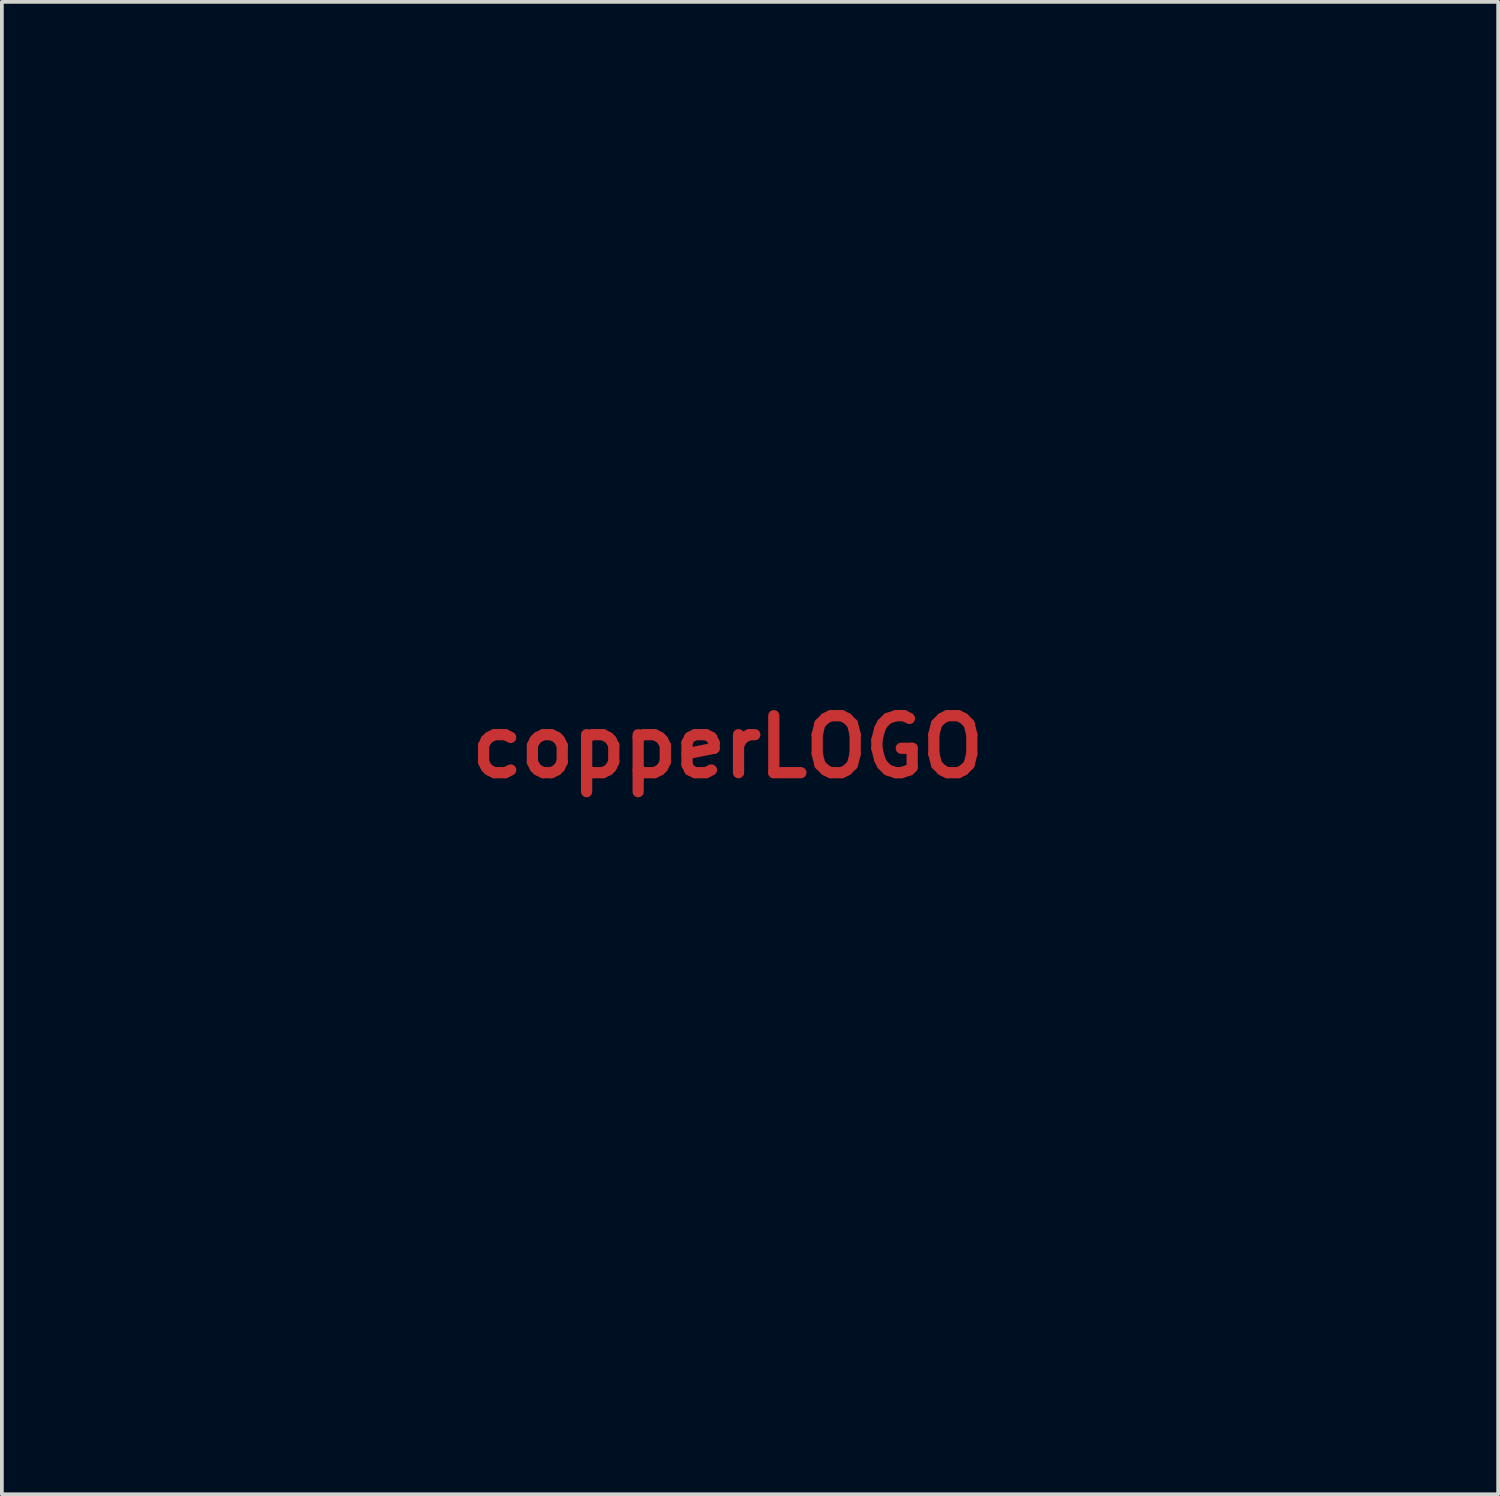
<source format=kicad_pcb>
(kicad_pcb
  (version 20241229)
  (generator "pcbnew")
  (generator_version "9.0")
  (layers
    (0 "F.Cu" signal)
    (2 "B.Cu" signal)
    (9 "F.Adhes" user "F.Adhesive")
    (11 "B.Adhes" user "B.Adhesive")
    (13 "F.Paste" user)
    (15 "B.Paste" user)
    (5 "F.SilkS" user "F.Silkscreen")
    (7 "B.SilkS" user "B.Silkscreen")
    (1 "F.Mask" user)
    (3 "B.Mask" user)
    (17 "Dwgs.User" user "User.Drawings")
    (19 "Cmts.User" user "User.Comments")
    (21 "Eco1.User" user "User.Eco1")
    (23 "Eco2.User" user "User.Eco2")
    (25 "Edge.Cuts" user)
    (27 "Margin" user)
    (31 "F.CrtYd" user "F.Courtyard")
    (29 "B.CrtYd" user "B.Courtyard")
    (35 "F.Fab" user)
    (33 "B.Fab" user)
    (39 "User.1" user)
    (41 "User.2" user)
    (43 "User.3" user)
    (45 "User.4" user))
  (footprint "copperLOGO"
    (layer "F.Cu")
    (at 16.419 16.933)
    (property "Reference" "copperLOGO" (at 0 0 0) (layer "F.Cu") (effects (font (size 1.524 1.524) (thickness 0.3))))
    (attr through_hole)
    (fp_poly (pts (xy -12.578 4.315) (xy -12.534 4.397) (xy -12.531 4.443) (xy -12.606 4.507) (xy -12.806 4.606) (xy -13.094 4.727) (xy -13.433 4.856) (xy -13.787 4.981) (xy -14.117 5.087) (xy -14.386 5.162) (xy -14.559 5.192) (xy -14.599 5.185) (xy -14.642 5.067) (xy -14.647 5) (xy -14.595 4.919) (xy -14.428 4.822) (xy -14.129 4.7) (xy -13.682 4.545) (xy -13.674 4.543) (xy -13.219 4.398) (xy -12.899 4.313) (xy -12.693 4.286) (xy -12.578 4.315)) (stroke (width 0.01) (type solid)) (fill yes) (layer "F.Mask"))
    (fp_poly (pts (xy -7.686 11.149) (xy -7.639 11.197) (xy -7.63 11.289) (xy -7.705 11.461) (xy -7.872 11.729) (xy -8.14 12.107) (xy -8.414 12.481) (xy -8.606 12.737) (xy -8.735 12.895) (xy -8.821 12.972) (xy -8.884 12.987) (xy -8.942 12.958) (xy -8.994 12.919) (xy -9.047 12.863) (xy -9.053 12.785) (xy -8.999 12.661) (xy -8.875 12.466) (xy -8.666 12.177) (xy -8.498 11.951) (xy -8.251 11.626) (xy -8.037 11.358) (xy -7.877 11.171) (xy -7.794 11.092) (xy -7.791 11.091) (xy -7.686 11.149)) (stroke (width 0.01) (type solid)) (fill yes) (layer "F.Mask"))
    (fp_poly (pts (xy 10.096 -12.76) (xy 10.109 -12.695) (xy 10.06 -12.586) (xy 9.933 -12.382) (xy 9.755 -12.116) (xy 9.547 -11.82) (xy 9.334 -11.528) (xy 9.14 -11.274) (xy 8.989 -11.089) (xy 8.904 -11.009) (xy 8.899 -11.008) (xy 8.79 -11.049) (xy 8.732 -11.083) (xy 8.68 -11.12) (xy 8.66 -11.167) (xy 8.684 -11.248) (xy 8.764 -11.384) (xy 8.912 -11.598) (xy 9.141 -11.914) (xy 9.305 -12.138) (xy 9.596 -12.514) (xy 9.815 -12.753) (xy 9.957 -12.848) (xy 9.982 -12.849) (xy 10.096 -12.76)) (stroke (width 0.01) (type solid)) (fill yes) (layer "F.Mask"))
    (fp_poly (pts (xy 14.683 1.79) (xy 14.952 1.82) (xy 15.285 1.864) (xy 15.642 1.915) (xy 15.981 1.967) (xy 16.262 2.014) (xy 16.442 2.05) (xy 16.486 2.065) (xy 16.484 2.156) (xy 16.461 2.232) (xy 16.331 2.341) (xy 16.067 2.35) (xy 15.917 2.323) (xy 15.779 2.3) (xy 15.52 2.262) (xy 15.187 2.216) (xy 15.05 2.197) (xy 14.69 2.145) (xy 14.468 2.097) (xy 14.352 2.042) (xy 14.311 1.97) (xy 14.309 1.939) (xy 14.363 1.811) (xy 14.521 1.778) (xy 14.683 1.79)) (stroke (width 0.01) (type solid)) (fill yes) (layer "F.Mask"))
    (fp_poly (pts (xy 15.736 -5.095) (xy 15.771 -4.999) (xy 15.772 -4.922) (xy 15.714 -4.851) (xy 15.571 -4.773) (xy 15.319 -4.674) (xy 14.933 -4.542) (xy 14.871 -4.521) (xy 14.492 -4.395) (xy 14.168 -4.287) (xy 13.936 -4.209) (xy 13.833 -4.174) (xy 13.741 -4.215) (xy 13.691 -4.318) (xy 13.693 -4.476) (xy 13.744 -4.535) (xy 13.944 -4.605) (xy 14.232 -4.703) (xy 14.57 -4.816) (xy 14.92 -4.931) (xy 15.241 -5.035) (xy 15.497 -5.115) (xy 15.647 -5.16) (xy 15.67 -5.165) (xy 15.736 -5.095)) (stroke (width 0.01) (type solid)) (fill yes) (layer "F.Mask"))
    (fp_poly (pts (xy -15.13 -2.331) (xy -14.921 -2.303) (xy -14.623 -2.261) (xy -14.275 -2.21) (xy -13.916 -2.158) (xy -13.586 -2.108) (xy -13.323 -2.068) (xy -13.168 -2.043) (xy -13.145 -2.038) (xy -13.127 -1.961) (xy -13.123 -1.863) (xy -13.131 -1.784) (xy -13.169 -1.733) (xy -13.263 -1.711) (xy -13.437 -1.716) (xy -13.717 -1.749) (xy -14.127 -1.81) (xy -14.393 -1.851) (xy -14.789 -1.916) (xy -15.045 -1.968) (xy -15.189 -2.017) (xy -15.249 -2.075) (xy -15.254 -2.15) (xy -15.253 -2.159) (xy -15.224 -2.302) (xy -15.211 -2.339) (xy -15.13 -2.331)) (stroke (width 0.01) (type solid)) (fill yes) (layer "F.Mask"))
    (fp_poly (pts (xy -12.818 -3.431) (xy -12.815 -3.323) (xy -12.861 -3.136) (xy -12.912 -2.9) (xy -12.965 -2.716) (xy -13.019 -2.634) (xy -13.024 -2.634) (xy -13.124 -2.655) (xy -13.355 -2.708) (xy -13.681 -2.784) (xy -14.055 -2.873) (xy -14.475 -2.975) (xy -14.757 -3.056) (xy -14.929 -3.125) (xy -15.019 -3.195) (xy -15.054 -3.277) (xy -15.055 -3.287) (xy -15.068 -3.376) (xy -15.056 -3.432) (xy -14.993 -3.453) (xy -14.854 -3.44) (xy -14.61 -3.391) (xy -14.236 -3.307) (xy -14.082 -3.272) (xy -13.219 -3.075) (xy -13.17 -3.273) (xy -13.063 -3.439) (xy -12.947 -3.471) (xy -12.818 -3.431)) (stroke (width 0.01) (type solid)) (fill yes) (layer "F.Mask"))
    (fp_poly (pts (xy -14.533 -4.782) (xy -14.299 -4.732) (xy -13.983 -4.643) (xy -13.746 -4.568) (xy -13.365 -4.446) (xy -13.112 -4.379) (xy -12.96 -4.363) (xy -12.879 -4.392) (xy -12.861 -4.414) (xy -12.794 -4.575) (xy -12.786 -4.628) (xy -12.718 -4.689) (xy -12.615 -4.681) (xy -12.502 -4.646) (xy -12.458 -4.589) (xy -12.475 -4.462) (xy -12.544 -4.222) (xy -12.601 -4.061) (xy -12.674 -3.959) (xy -12.791 -3.916) (xy -12.978 -3.931) (xy -13.26 -4.005) (xy -13.665 -4.137) (xy -13.864 -4.205) (xy -14.304 -4.367) (xy -14.587 -4.502) (xy -14.723 -4.618) (xy -14.721 -4.72) (xy -14.645 -4.785) (xy -14.533 -4.782)) (stroke (width 0.01) (type solid)) (fill yes) (layer "F.Mask"))
    (fp_poly (pts (xy 14.041 3.936) (xy 14.176 3.982) (xy 14.432 4.064) (xy 14.77 4.169) (xy 15.048 4.255) (xy 15.456 4.387) (xy 15.721 4.49) (xy 15.867 4.578) (xy 15.917 4.659) (xy 15.917 4.669) (xy 15.886 4.813) (xy 15.854 4.85) (xy 15.752 4.84) (xy 15.525 4.786) (xy 15.209 4.697) (xy 14.922 4.609) (xy 14.539 4.49) (xy 14.289 4.421) (xy 14.143 4.397) (xy 14.075 4.416) (xy 14.055 4.473) (xy 14.055 4.491) (xy 13.994 4.671) (xy 13.839 4.729) (xy 13.758 4.711) (xy 13.694 4.659) (xy 13.691 4.548) (xy 13.752 4.334) (xy 13.772 4.274) (xy 13.87 4.034) (xy 13.96 3.934) (xy 14.041 3.936)) (stroke (width 0.01) (type solid)) (fill yes) (layer "F.Mask"))
    (fp_poly (pts (xy 14.259 2.741) (xy 14.481 2.777) (xy 14.805 2.838) (xy 15.197 2.918) (xy 15.259 2.931) (xy 15.697 3.026) (xy 15.994 3.1) (xy 16.174 3.161) (xy 16.262 3.218) (xy 16.283 3.281) (xy 16.278 3.313) (xy 16.241 3.401) (xy 16.168 3.449) (xy 16.029 3.456) (xy 15.797 3.423) (xy 15.442 3.348) (xy 15.24 3.302) (xy 14.863 3.215) (xy 14.62 3.165) (xy 14.481 3.151) (xy 14.414 3.175) (xy 14.39 3.236) (xy 14.378 3.322) (xy 14.293 3.486) (xy 14.19 3.543) (xy 14.096 3.544) (xy 14.059 3.476) (xy 14.068 3.297) (xy 14.085 3.169) (xy 14.123 2.927) (xy 14.157 2.768) (xy 14.169 2.736) (xy 14.259 2.741)) (stroke (width 0.01) (type solid)) (fill yes) (layer "F.Mask"))
    (fp_poly (pts (xy 7.913 11.882) (xy 8.003 11.971) (xy 8.168 12.206) (xy 8.409 12.588) (xy 8.726 13.118) (xy 8.838 13.309) (xy 9.07 13.707) (xy 8.729 13.881) (xy 8.489 14) (xy 8.355 14.043) (xy 8.285 14.012) (xy 8.237 13.912) (xy 8.237 13.912) (xy 8.227 13.779) (xy 8.261 13.741) (xy 8.461 13.643) (xy 8.508 13.522) (xy 8.425 13.347) (xy 8.298 13.199) (xy 8.177 13.186) (xy 8.128 13.208) (xy 7.972 13.233) (xy 7.854 13.166) (xy 7.813 13.055) (xy 7.891 12.946) (xy 7.899 12.942) (xy 8.008 12.857) (xy 8.029 12.748) (xy 7.958 12.573) (xy 7.824 12.348) (xy 7.697 12.127) (xy 7.666 11.998) (xy 7.718 11.928) (xy 7.865 11.878) (xy 7.913 11.882)) (stroke (width 0.01) (type solid)) (fill yes) (layer "F.Mask"))
    (fp_poly (pts (xy -7.029 -13.929) (xy -6.947 -13.804) (xy -7.014 -13.651) (xy -7.087 -13.586) (xy -7.182 -13.483) (xy -7.167 -13.345) (xy -7.131 -13.258) (xy -7.025 -13.1) (xy -6.88 -13.075) (xy -6.826 -13.086) (xy -6.636 -13.087) (xy -6.546 -13.002) (xy -6.585 -12.873) (xy -6.648 -12.816) (xy -6.73 -12.742) (xy -6.747 -12.655) (xy -6.692 -12.509) (xy -6.573 -12.283) (xy -6.447 -12.043) (xy -6.398 -11.907) (xy -6.421 -11.832) (xy -6.507 -11.775) (xy -6.583 -11.753) (xy -6.663 -11.786) (xy -6.764 -11.896) (xy -6.903 -12.105) (xy -7.1 -12.433) (xy -7.187 -12.583) (xy -7.386 -12.933) (xy -7.55 -13.231) (xy -7.662 -13.446) (xy -7.705 -13.547) (xy -7.705 -13.548) (xy -7.636 -13.643) (xy -7.47 -13.762) (xy -7.271 -13.87) (xy -7.099 -13.931) (xy -7.029 -13.929)) (stroke (width 0.01) (type solid)) (fill yes) (layer "F.Mask"))
    (fp_poly (pts (xy 10.925 10.837) (xy 11.686 11.642) (xy 11.39 11.917) (xy 11.182 12.081) (xy 10.999 12.18) (xy 10.94 12.192) (xy 10.822 12.131) (xy 10.625 11.967) (xy 10.377 11.725) (xy 10.177 11.51) (xy 9.928 11.225) (xy 9.728 10.982) (xy 9.601 10.812) (xy 9.567 10.747) (xy 9.58 10.722) (xy 10.045 10.722) (xy 10.11 10.854) (xy 10.277 11.06) (xy 10.458 11.255) (xy 10.726 11.529) (xy 10.906 11.691) (xy 11.02 11.756) (xy 11.092 11.74) (xy 11.12 11.705) (xy 11.084 11.618) (xy 10.957 11.44) (xy 10.761 11.202) (xy 10.663 11.092) (xy 10.408 10.82) (xy 10.235 10.667) (xy 10.124 10.618) (xy 10.068 10.641) (xy 10.045 10.722) (xy 9.58 10.722) (xy 9.621 10.643) (xy 9.759 10.468) (xy 9.866 10.349) (xy 10.165 10.033) (xy 10.925 10.837)) (stroke (width 0.01) (type solid)) (fill yes) (layer "F.Mask"))
    (fp_poly (pts (xy 16.585 0.305) (xy 16.581 0.434) (xy 16.548 0.546) (xy 16.462 0.614) (xy 16.282 0.656) (xy 16.022 0.686) (xy 15.673 0.727) (xy 15.492 0.768) (xy 15.478 0.811) (xy 15.63 0.855) (xy 15.808 0.885) (xy 16.18 0.944) (xy 16.414 0.998) (xy 16.54 1.059) (xy 16.59 1.14) (xy 16.595 1.195) (xy 16.525 1.315) (xy 16.345 1.354) (xy 16.129 1.312) (xy 16.014 1.282) (xy 15.774 1.225) (xy 15.449 1.151) (xy 15.219 1.1) (xy 14.841 1.013) (xy 14.6 0.945) (xy 14.464 0.882) (xy 14.406 0.811) (xy 14.393 0.723) (xy 14.404 0.633) (xy 14.458 0.57) (xy 14.584 0.523) (xy 14.815 0.481) (xy 15.181 0.434) (xy 15.219 0.429) (xy 15.61 0.381) (xy 15.969 0.333) (xy 16.24 0.295) (xy 16.327 0.281) (xy 16.516 0.26) (xy 16.585 0.305)) (stroke (width 0.01) (type solid)) (fill yes) (layer "F.Mask"))
    (fp_poly (pts (xy -15.155 -1.322) (xy -14.9 -1.272) (xy -14.52 -1.183) (xy -14.224 -1.112) (xy -13.803 -1.007) (xy -13.52 -0.925) (xy -13.348 -0.855) (xy -13.258 -0.784) (xy -13.225 -0.702) (xy -13.224 -0.696) (xy -13.218 -0.608) (xy -13.25 -0.543) (xy -13.344 -0.493) (xy -13.526 -0.449) (xy -13.823 -0.404) (xy -14.26 -0.348) (xy -14.301 -0.342) (xy -14.752 -0.289) (xy -15.062 -0.262) (xy -15.257 -0.262) (xy -15.362 -0.293) (xy -15.404 -0.354) (xy -15.409 -0.412) (xy -15.344 -0.53) (xy -15.142 -0.613) (xy -14.792 -0.665) (xy -14.393 -0.686) (xy -14.222 -0.693) (xy -14.168 -0.709) (xy -14.245 -0.738) (xy -14.466 -0.79) (xy -14.69 -0.837) (xy -15.031 -0.914) (xy -15.239 -0.98) (xy -15.347 -1.052) (xy -15.391 -1.146) (xy -15.394 -1.166) (xy -15.403 -1.257) (xy -15.382 -1.314) (xy -15.307 -1.336) (xy -15.155 -1.322)) (stroke (width 0.01) (type solid)) (fill yes) (layer "F.Mask"))
    (fp_poly (pts (xy -10.969 7.713) (xy -10.931 7.744) (xy -10.845 7.872) (xy -10.885 8.013) (xy -10.908 8.053) (xy -10.975 8.222) (xy -10.902 8.313) (xy -10.683 8.34) (xy -10.496 8.386) (xy -10.434 8.473) (xy -10.474 8.56) (xy -10.634 8.681) (xy -10.926 8.845) (xy -11.33 9.044) (xy -11.695 9.215) (xy -12.007 9.354) (xy -12.233 9.448) (xy -12.34 9.483) (xy -12.34 9.483) (xy -12.442 9.415) (xy -12.48 9.347) (xy -12.453 9.227) (xy -12.311 9.011) (xy -12.222 8.902) (xy -11.811 8.902) (xy -11.493 8.753) (xy -11.289 8.633) (xy -11.245 8.539) (xy -11.261 8.517) (xy -11.374 8.505) (xy -11.553 8.64) (xy -11.579 8.666) (xy -11.811 8.902) (xy -12.222 8.902) (xy -12.05 8.694) (xy -11.797 8.412) (xy -11.493 8.084) (xy -11.279 7.866) (xy -11.135 7.743) (xy -11.038 7.697) (xy -10.969 7.713)) (stroke (width 0.01) (type solid)) (fill yes) (layer "F.Mask"))
    (fp_poly (pts (xy -11.691 6.6) (xy -11.544 6.744) (xy -11.423 6.966) (xy -11.362 7.192) (xy -11.371 7.312) (xy -11.467 7.408) (xy -11.676 7.551) (xy -11.958 7.72) (xy -12.273 7.893) (xy -12.581 8.047) (xy -12.84 8.161) (xy -13.011 8.212) (xy -13.026 8.213) (xy -13.202 8.148) (xy -13.33 8.024) (xy -13.439 7.766) (xy -13.431 7.512) (xy -13.321 7.31) (xy -13.124 7.205) (xy -13.069 7.199) (xy -12.951 7.259) (xy -12.917 7.399) (xy -12.978 7.547) (xy -13.016 7.583) (xy -13.111 7.706) (xy -13.081 7.779) (xy -12.97 7.783) (xy -12.764 7.713) (xy -12.504 7.59) (xy -12.232 7.44) (xy -11.991 7.284) (xy -11.823 7.146) (xy -11.769 7.057) (xy -11.817 6.972) (xy -11.949 6.988) (xy -12.137 6.977) (xy -12.259 6.847) (xy -12.275 6.766) (xy -12.205 6.678) (xy -12.036 6.608) (xy -11.84 6.576) (xy -11.691 6.6)) (stroke (width 0.01) (type solid)) (fill yes) (layer "F.Mask"))
    (fp_poly (pts (xy -4.749 -14.774) (xy -4.71 -14.722) (xy -4.608 -14.543) (xy -4.572 -14.423) (xy -4.635 -14.318) (xy -4.773 -14.294) (xy -4.913 -14.357) (xy -4.954 -14.407) (xy -5.069 -14.504) (xy -5.144 -14.491) (xy -5.181 -14.415) (xy -5.157 -14.252) (xy -5.066 -13.979) (xy -4.971 -13.737) (xy -4.81 -13.371) (xy -4.686 -13.159) (xy -4.601 -13.106) (xy -4.597 -13.108) (xy -4.522 -13.233) (xy -4.515 -13.333) (xy -4.473 -13.48) (xy -4.351 -13.525) (xy -4.21 -13.46) (xy -4.15 -13.379) (xy -4.092 -13.131) (xy -4.192 -12.926) (xy -4.419 -12.792) (xy -4.689 -12.714) (xy -4.857 -12.718) (xy -4.969 -12.803) (xy -4.971 -12.806) (xy -5.057 -12.96) (xy -5.174 -13.222) (xy -5.303 -13.544) (xy -5.425 -13.878) (xy -5.524 -14.176) (xy -5.581 -14.389) (xy -5.588 -14.446) (xy -5.52 -14.663) (xy -5.31 -14.808) (xy -5.104 -14.867) (xy -4.893 -14.876) (xy -4.749 -14.774)) (stroke (width 0.01) (type solid)) (fill yes) (layer "F.Mask"))
    (fp_poly (pts (xy -8.244 -13.083) (xy -8.256 -12.922) (xy -8.335 -12.79) (xy -8.43 -12.644) (xy -8.396 -12.502) (xy -8.367 -12.454) (xy -8.217 -12.298) (xy -8.061 -12.309) (xy -7.983 -12.37) (xy -7.888 -12.402) (xy -7.794 -12.284) (xy -7.741 -12.138) (xy -7.807 -12.063) (xy -7.828 -12.055) (xy -7.94 -11.978) (xy -7.928 -11.86) (xy -7.805 -11.682) (xy -7.674 -11.555) (xy -7.547 -11.554) (xy -7.455 -11.597) (xy -7.296 -11.658) (xy -7.204 -11.611) (xy -7.187 -11.587) (xy -7.122 -11.462) (xy -7.114 -11.43) (xy -7.177 -11.36) (xy -7.328 -11.244) (xy -7.51 -11.121) (xy -7.665 -11.03) (xy -7.728 -11.007) (xy -7.803 -11.07) (xy -7.944 -11.235) (xy -8.109 -11.451) (xy -8.441 -11.906) (xy -8.681 -12.244) (xy -8.836 -12.488) (xy -8.912 -12.661) (xy -8.915 -12.783) (xy -8.851 -12.877) (xy -8.726 -12.966) (xy -8.557 -13.065) (xy -8.38 -13.159) (xy -8.292 -13.162) (xy -8.244 -13.083)) (stroke (width 0.01) (type solid)) (fill yes) (layer "F.Mask"))
    (fp_poly (pts (xy 6.187 12.885) (xy 6.266 12.978) (xy 6.378 13.192) (xy 6.509 13.486) (xy 6.641 13.818) (xy 6.759 14.147) (xy 6.848 14.432) (xy 6.89 14.633) (xy 6.887 14.694) (xy 6.754 14.839) (xy 6.513 14.945) (xy 6.231 14.986) (xy 6.036 14.907) (xy 5.936 14.761) (xy 5.877 14.584) (xy 5.915 14.487) (xy 5.944 14.466) (xy 6.112 14.399) (xy 6.215 14.476) (xy 6.235 14.52) (xy 6.322 14.616) (xy 6.442 14.649) (xy 6.517 14.604) (xy 6.52 14.584) (xy 6.488 14.439) (xy 6.404 14.209) (xy 6.287 13.934) (xy 6.158 13.658) (xy 6.035 13.422) (xy 5.939 13.269) (xy 5.895 13.235) (xy 5.822 13.335) (xy 5.815 13.428) (xy 5.765 13.607) (xy 5.619 13.71) (xy 5.58 13.715) (xy 5.49 13.644) (xy 5.421 13.474) (xy 5.392 13.276) (xy 5.419 13.122) (xy 5.558 13.003) (xy 5.789 12.911) (xy 6.036 12.869) (xy 6.187 12.885)) (stroke (width 0.01) (type solid)) (fill yes) (layer "F.Mask"))
    (fp_poly (pts (xy 9.056 11.155) (xy 9.198 11.325) (xy 9.389 11.568) (xy 9.603 11.852) (xy 9.817 12.144) (xy 10.006 12.411) (xy 10.146 12.62) (xy 10.211 12.735) (xy 10.177 12.859) (xy 10.027 13.024) (xy 9.967 13.072) (xy 9.757 13.226) (xy 9.639 13.28) (xy 9.573 13.241) (xy 9.53 13.148) (xy 9.548 12.977) (xy 9.643 12.873) (xy 9.755 12.773) (xy 9.754 12.685) (xy 9.651 12.547) (xy 9.509 12.416) (xy 9.376 12.416) (xy 9.326 12.439) (xy 9.164 12.478) (xy 9.056 12.399) (xy 8.999 12.281) (xy 9.082 12.175) (xy 9.106 12.157) (xy 9.207 12.066) (xy 9.205 11.971) (xy 9.116 11.821) (xy 8.996 11.655) (xy 8.898 11.611) (xy 8.753 11.667) (xy 8.706 11.692) (xy 8.535 11.74) (xy 8.436 11.685) (xy 8.408 11.592) (xy 8.498 11.461) (xy 8.633 11.338) (xy 8.821 11.19) (xy 8.957 11.102) (xy 8.986 11.091) (xy 9.056 11.155)) (stroke (width 0.01) (type solid)) (fill yes) (layer "F.Mask"))
    (fp_poly (pts (xy 15.153 -6.642) (xy 15.111 -6.513) (xy 14.93 -6.369) (xy 14.753 -6.279) (xy 14.351 -6.102) (xy 14.871 -6.099) (xy 15.184 -6.085) (xy 15.363 -6.043) (xy 15.442 -5.965) (xy 15.443 -5.962) (xy 15.48 -5.844) (xy 15.456 -5.779) (xy 15.342 -5.755) (xy 15.106 -5.763) (xy 14.922 -5.775) (xy 14.351 -5.816) (xy 13.974 -5.363) (xy 13.778 -5.138) (xy 13.621 -4.976) (xy 13.536 -4.911) (xy 13.535 -4.911) (xy 13.464 -4.98) (xy 13.417 -5.088) (xy 13.417 -5.247) (xy 13.532 -5.435) (xy 13.64 -5.554) (xy 13.795 -5.74) (xy 13.812 -5.829) (xy 13.695 -5.819) (xy 13.461 -5.715) (xy 13.287 -5.636) (xy 13.194 -5.652) (xy 13.126 -5.752) (xy 13.082 -5.896) (xy 13.102 -5.955) (xy 13.287 -6.053) (xy 13.565 -6.181) (xy 13.896 -6.323) (xy 14.244 -6.465) (xy 14.571 -6.591) (xy 14.838 -6.685) (xy 15.008 -6.734) (xy 15.045 -6.736) (xy 15.153 -6.642)) (stroke (width 0.01) (type solid)) (fill yes) (layer "F.Mask"))
    (fp_poly (pts (xy -12.307 5.127) (xy -12.312 5.304) (xy -12.412 5.503) (xy -12.485 5.585) (xy -12.655 5.768) (xy -12.683 5.862) (xy -12.57 5.863) (xy -12.389 5.799) (xy -12.173 5.723) (xy -12.056 5.73) (xy -12.009 5.777) (xy -11.961 5.921) (xy -11.965 5.963) (xy -12.044 6.015) (xy -12.242 6.117) (xy -12.523 6.253) (xy -12.851 6.406) (xy -13.189 6.559) (xy -13.502 6.695) (xy -13.752 6.799) (xy -13.903 6.854) (xy -13.927 6.858) (xy -13.974 6.792) (xy -14.003 6.724) (xy -14.042 6.602) (xy -14.019 6.523) (xy -13.901 6.447) (xy -13.695 6.353) (xy -13.335 6.193) (xy -13.777 6.187) (xy -14.061 6.168) (xy -14.225 6.11) (xy -14.306 6.017) (xy -14.376 5.869) (xy -14.393 5.812) (xy -14.316 5.797) (xy -14.112 5.795) (xy -13.822 5.807) (xy -13.78 5.809) (xy -13.166 5.849) (xy -12.827 5.423) (xy -12.64 5.208) (xy -12.486 5.064) (xy -12.404 5.024) (xy -12.307 5.127)) (stroke (width 0.01) (type solid)) (fill yes) (layer "F.Mask"))
    (fp_poly (pts (xy -3.254 -15.365) (xy -3.155 -15.272) (xy -3.065 -15.085) (xy -2.968 -14.78) (xy -2.858 -14.377) (xy -2.758 -13.977) (xy -2.707 -13.706) (xy -2.701 -13.534) (xy -2.736 -13.428) (xy -2.742 -13.419) (xy -2.874 -13.329) (xy -3.089 -13.258) (xy -3.321 -13.219) (xy -3.508 -13.224) (xy -3.578 -13.262) (xy -3.618 -13.37) (xy -3.689 -13.604) (xy -3.78 -13.927) (xy -3.857 -14.208) (xy -3.967 -14.64) (xy -4.004 -14.857) (xy -3.581 -14.857) (xy -3.565 -14.581) (xy -3.468 -14.158) (xy -3.433 -14.034) (xy -3.325 -13.72) (xy -3.229 -13.567) (xy -3.14 -13.567) (xy -3.098 -13.619) (xy -3.094 -13.734) (xy -3.134 -13.949) (xy -3.205 -14.22) (xy -3.292 -14.504) (xy -3.382 -14.756) (xy -3.462 -14.931) (xy -3.517 -14.986) (xy -3.581 -14.857) (xy -4.004 -14.857) (xy -4.018 -14.939) (xy -4.004 -15.134) (xy -3.917 -15.253) (xy -3.749 -15.325) (xy -3.551 -15.367) (xy -3.381 -15.389) (xy -3.254 -15.365)) (stroke (width 0.01) (type solid)) (fill yes) (layer "F.Mask"))
    (fp_poly (pts (xy 12.213 7.834) (xy 12.408 7.952) (xy 12.675 8.123) (xy 12.981 8.323) (xy 13.292 8.531) (xy 13.574 8.725) (xy 13.794 8.882) (xy 13.877 8.944) (xy 13.852 9.019) (xy 13.763 9.18) (xy 13.645 9.373) (xy 13.531 9.546) (xy 13.452 9.644) (xy 13.44 9.651) (xy 13.362 9.611) (xy 13.293 9.569) (xy 13.212 9.486) (xy 13.242 9.369) (xy 13.282 9.3) (xy 13.35 9.152) (xy 13.303 9.042) (xy 13.207 8.957) (xy 13.056 8.856) (xy 12.949 8.869) (xy 12.876 8.926) (xy 12.712 9.007) (xy 12.586 8.967) (xy 12.548 8.84) (xy 12.59 8.73) (xy 12.642 8.599) (xy 12.576 8.495) (xy 12.478 8.425) (xy 12.272 8.338) (xy 12.104 8.346) (xy 12.024 8.445) (xy 12.023 8.464) (xy 11.961 8.539) (xy 11.833 8.54) (xy 11.725 8.465) (xy 11.734 8.345) (xy 11.816 8.157) (xy 11.936 7.962) (xy 12.058 7.822) (xy 12.123 7.789) (xy 12.213 7.834)) (stroke (width 0.01) (type solid)) (fill yes) (layer "F.Mask"))
    (fp_poly (pts (xy -12.669 -8.02) (xy -12.562 -7.871) (xy -12.59 -7.734) (xy -12.727 -7.663) (xy -12.836 -7.672) (xy -12.998 -7.68) (xy -13.038 -7.608) (xy -12.968 -7.509) (xy -12.788 -7.373) (xy -12.541 -7.222) (xy -12.27 -7.08) (xy -12.018 -6.97) (xy -11.83 -6.914) (xy -11.754 -6.924) (xy -11.741 -7.024) (xy -11.844 -7.131) (xy -12.011 -7.212) (xy -12.193 -7.238) (xy -12.241 -7.23) (xy -12.408 -7.226) (xy -12.48 -7.268) (xy -12.485 -7.389) (xy -12.434 -7.566) (xy -12.357 -7.725) (xy -12.284 -7.789) (xy -12.19 -7.749) (xy -11.995 -7.648) (xy -11.79 -7.533) (xy -11.491 -7.323) (xy -11.351 -7.115) (xy -11.361 -6.882) (xy -11.482 -6.643) (xy -11.607 -6.506) (xy -11.765 -6.456) (xy -11.982 -6.498) (xy -12.286 -6.637) (xy -12.581 -6.802) (xy -12.995 -7.052) (xy -13.271 -7.247) (xy -13.424 -7.407) (xy -13.469 -7.556) (xy -13.418 -7.715) (xy -13.287 -7.905) (xy -13.071 -8.091) (xy -12.843 -8.109) (xy -12.669 -8.02)) (stroke (width 0.01) (type solid)) (fill yes) (layer "F.Mask"))
    (fp_poly (pts (xy -12.029 -9.49) (xy -11.957 -9.412) (xy -11.988 -9.297) (xy -12.043 -9.208) (xy -12.123 -9.063) (xy -12.098 -8.97) (xy -11.945 -8.865) (xy -11.93 -8.856) (xy -11.759 -8.766) (xy -11.674 -8.769) (xy -11.632 -8.842) (xy -11.553 -8.96) (xy -11.428 -8.94) (xy -11.358 -8.899) (xy -11.287 -8.798) (xy -11.333 -8.66) (xy -11.37 -8.529) (xy -11.3 -8.412) (xy -11.175 -8.31) (xy -11.009 -8.194) (xy -10.923 -8.177) (xy -10.859 -8.257) (xy -10.837 -8.297) (xy -10.729 -8.442) (xy -10.601 -8.441) (xy -10.505 -8.387) (xy -10.446 -8.316) (xy -10.48 -8.202) (xy -10.615 -8.008) (xy -10.767 -7.825) (xy -10.882 -7.717) (xy -10.91 -7.705) (xy -11.001 -7.751) (xy -11.2 -7.875) (xy -11.478 -8.06) (xy -11.792 -8.276) (xy -12.112 -8.507) (xy -12.374 -8.709) (xy -12.55 -8.86) (xy -12.612 -8.936) (xy -12.563 -9.05) (xy -12.437 -9.23) (xy -12.383 -9.296) (xy -12.204 -9.471) (xy -12.074 -9.509) (xy -12.029 -9.49)) (stroke (width 0.01) (type solid)) (fill yes) (layer "F.Mask"))
    (fp_poly (pts (xy 4.708 13.342) (xy 4.834 13.45) (xy 4.948 13.674) (xy 5.071 14.034) (xy 5.129 14.229) (xy 5.254 14.692) (xy 5.318 15.019) (xy 5.323 15.231) (xy 5.271 15.35) (xy 5.247 15.369) (xy 4.998 15.475) (xy 4.741 15.513) (xy 4.549 15.474) (xy 4.536 15.465) (xy 4.453 15.34) (xy 4.349 15.095) (xy 4.238 14.775) (xy 4.134 14.428) (xy 4.05 14.097) (xy 4.001 13.829) (xy 3.997 13.731) (xy 4.36 13.731) (xy 4.366 13.821) (xy 4.412 14.032) (xy 4.486 14.321) (xy 4.578 14.648) (xy 4.676 14.971) (xy 4.701 15.05) (xy 4.804 15.142) (xy 4.875 15.155) (xy 4.974 15.105) (xy 4.975 15.05) (xy 4.935 14.919) (xy 4.867 14.676) (xy 4.784 14.373) (xy 4.782 14.364) (xy 4.665 14.009) (xy 4.544 13.783) (xy 4.427 13.701) (xy 4.36 13.731) (xy 3.997 13.731) (xy 3.996 13.689) (xy 4.105 13.518) (xy 4.344 13.388) (xy 4.551 13.328) (xy 4.708 13.342)) (stroke (width 0.01) (type solid)) (fill yes) (layer "F.Mask"))
    (fp_poly (pts (xy 13.289 6.623) (xy 13.617 6.779) (xy 13.77 6.858) (xy 14.212 7.107) (xy 14.505 7.317) (xy 14.658 7.507) (xy 14.682 7.693) (xy 14.586 7.892) (xy 14.467 8.036) (xy 14.27 8.188) (xy 14.08 8.185) (xy 13.93 8.098) (xy 13.822 7.948) (xy 13.849 7.804) (xy 13.989 7.727) (xy 14.064 7.726) (xy 14.222 7.709) (xy 14.278 7.662) (xy 14.225 7.584) (xy 14.058 7.462) (xy 13.819 7.318) (xy 13.55 7.174) (xy 13.293 7.054) (xy 13.09 6.978) (xy 12.983 6.97) (xy 12.981 6.972) (xy 12.98 7.067) (xy 13.086 7.183) (xy 13.247 7.282) (xy 13.411 7.327) (xy 13.473 7.32) (xy 13.667 7.3) (xy 13.74 7.394) (xy 13.686 7.595) (xy 13.668 7.63) (xy 13.537 7.885) (xy 13.102 7.639) (xy 12.78 7.44) (xy 12.6 7.274) (xy 12.545 7.116) (xy 12.599 6.937) (xy 12.632 6.88) (xy 12.766 6.682) (xy 12.898 6.574) (xy 13.061 6.554) (xy 13.289 6.623)) (stroke (width 0.01) (type solid)) (fill yes) (layer "F.Mask"))
    (fp_poly (pts (xy -13.901 -6.4) (xy -13.664 -6.366) (xy -13.343 -6.309) (xy -12.978 -6.238) (xy -12.609 -6.162) (xy -12.276 -6.088) (xy -12.021 -6.023) (xy -11.883 -5.978) (xy -11.873 -5.971) (xy -11.863 -5.876) (xy -11.953 -5.76) (xy -12.092 -5.682) (xy -12.15 -5.673) (xy -12.323 -5.622) (xy -12.397 -5.506) (xy -12.347 -5.379) (xy -12.299 -5.345) (xy -12.205 -5.244) (xy -12.241 -5.083) (xy -12.241 -5.081) (xy -12.281 -5.01) (xy -12.338 -4.98) (xy -12.436 -5.003) (xy -12.6 -5.089) (xy -12.855 -5.249) (xy -13.226 -5.491) (xy -13.231 -5.495) (xy -13.661 -5.79) (xy -13.853 -5.942) (xy -13.25 -5.942) (xy -12.996 -5.778) (xy -12.823 -5.69) (xy -12.72 -5.681) (xy -12.712 -5.691) (xy -12.708 -5.791) (xy -12.713 -5.798) (xy -12.808 -5.836) (xy -12.995 -5.885) (xy -12.997 -5.885) (xy -13.25 -5.942) (xy -13.853 -5.942) (xy -13.949 -6.018) (xy -14.102 -6.188) (xy -14.129 -6.31) (xy -14.038 -6.393) (xy -14.014 -6.404) (xy -13.901 -6.4)) (stroke (width 0.01) (type solid)) (fill yes) (layer "F.Mask"))
    (fp_poly (pts (xy 3.277 13.67) (xy 3.304 13.692) (xy 3.339 13.797) (xy 3.391 14.029) (xy 3.451 14.343) (xy 3.514 14.7) (xy 3.57 15.056) (xy 3.614 15.37) (xy 3.638 15.6) (xy 3.641 15.66) (xy 3.583 15.804) (xy 3.473 15.833) (xy 3.335 15.77) (xy 3.176 15.572) (xy 3.046 15.346) (xy 2.924 15.134) (xy 2.845 15.033) (xy 2.825 15.061) (xy 2.827 15.071) (xy 2.897 15.446) (xy 2.936 15.687) (xy 2.941 15.825) (xy 2.912 15.895) (xy 2.849 15.927) (xy 2.801 15.94) (xy 2.65 15.934) (xy 2.583 15.804) (xy 2.538 15.575) (xy 2.481 15.258) (xy 2.421 14.896) (xy 2.364 14.538) (xy 2.318 14.227) (xy 2.291 14.012) (xy 2.286 13.949) (xy 2.355 13.824) (xy 2.454 13.801) (xy 2.591 13.863) (xy 2.749 14.06) (xy 2.879 14.287) (xy 3.137 14.774) (xy 3.086 14.393) (xy 3.047 14.129) (xy 3.008 13.921) (xy 2.997 13.874) (xy 3.028 13.746) (xy 3.147 13.663) (xy 3.277 13.67)) (stroke (width 0.01) (type solid)) (fill yes) (layer "F.Mask"))
    (fp_poly (pts (xy 13.744 5.128) (xy 13.946 5.239) (xy 14.247 5.426) (xy 14.502 5.59) (xy 14.878 5.836) (xy 15.129 6.012) (xy 15.277 6.136) (xy 15.342 6.227) (xy 15.344 6.305) (xy 15.325 6.35) (xy 15.281 6.428) (xy 15.23 6.477) (xy 15.143 6.496) (xy 14.993 6.482) (xy 14.751 6.435) (xy 14.389 6.353) (xy 14.097 6.284) (xy 13.724 6.196) (xy 13.416 6.121) (xy 13.209 6.068) (xy 13.137 6.045) (xy 13.136 5.959) (xy 13.165 5.845) (xy 13.181 5.821) (xy 13.965 5.821) (xy 14.032 5.889) (xy 14.156 5.939) (xy 14.375 5.992) (xy 14.439 5.983) (xy 14.344 5.911) (xy 14.266 5.867) (xy 14.077 5.771) (xy 13.992 5.753) (xy 13.966 5.807) (xy 13.965 5.821) (xy 13.181 5.821) (xy 13.255 5.714) (xy 13.385 5.717) (xy 13.539 5.707) (xy 13.61 5.6) (xy 13.576 5.457) (xy 13.512 5.392) (xy 13.419 5.287) (xy 13.468 5.162) (xy 13.48 5.144) (xy 13.536 5.092) (xy 13.616 5.083) (xy 13.744 5.128)) (stroke (width 0.01) (type solid)) (fill yes) (layer "F.Mask"))
    (fp_poly (pts (xy 14.208 -8.175) (xy 14.343 -8.071) (xy 14.481 -7.875) (xy 14.505 -7.827) (xy 14.591 -7.628) (xy 14.59 -7.502) (xy 14.491 -7.372) (xy 14.425 -7.305) (xy 14.274 -7.164) (xy 14.187 -7.136) (xy 14.108 -7.211) (xy 14.083 -7.244) (xy 14.01 -7.381) (xy 14.065 -7.478) (xy 14.111 -7.513) (xy 14.205 -7.626) (xy 14.164 -7.714) (xy 14.066 -7.736) (xy 13.879 -7.674) (xy 13.584 -7.521) (xy 13.47 -7.456) (xy 13.193 -7.286) (xy 12.984 -7.144) (xy 12.876 -7.052) (xy 12.869 -7.038) (xy 12.928 -6.919) (xy 13.078 -6.922) (xy 13.129 -6.946) (xy 13.258 -6.976) (xy 13.333 -6.863) (xy 13.338 -6.847) (xy 13.334 -6.661) (xy 13.181 -6.551) (xy 12.946 -6.521) (xy 12.759 -6.57) (xy 12.608 -6.744) (xy 12.573 -6.805) (xy 12.485 -7.022) (xy 12.463 -7.195) (xy 12.468 -7.218) (xy 12.569 -7.328) (xy 12.782 -7.483) (xy 13.068 -7.661) (xy 13.388 -7.841) (xy 13.703 -8.002) (xy 13.974 -8.121) (xy 14.161 -8.177) (xy 14.208 -8.175)) (stroke (width 0.01) (type solid)) (fill yes) (layer "F.Mask"))
    (fp_poly (pts (xy -9.551 -12.047) (xy -9.367 -11.889) (xy -9.134 -11.664) (xy -8.884 -11.404) (xy -8.645 -11.142) (xy -8.449 -10.908) (xy -8.325 -10.734) (xy -8.297 -10.667) (xy -8.353 -10.548) (xy -8.489 -10.373) (xy -8.659 -10.189) (xy -8.819 -10.046) (xy -8.92 -9.994) (xy -9.011 -10.056) (xy -9.186 -10.221) (xy -9.419 -10.465) (xy -9.673 -10.747) (xy -9.93 -11.048) (xy -10.14 -11.307) (xy -10.281 -11.495) (xy -10.329 -11.583) (xy -10.319 -11.602) (xy -9.827 -11.602) (xy -9.793 -11.5) (xy -9.664 -11.322) (xy -9.431 -11.049) (xy -9.172 -10.762) (xy -8.997 -10.59) (xy -8.884 -10.516) (xy -8.811 -10.525) (xy -8.768 -10.576) (xy -8.797 -10.671) (xy -8.919 -10.853) (xy -9.109 -11.088) (xy -9.161 -11.148) (xy -9.372 -11.384) (xy -9.534 -11.568) (xy -9.619 -11.666) (xy -9.624 -11.673) (xy -9.708 -11.675) (xy -9.781 -11.653) (xy -9.827 -11.602) (xy -10.319 -11.602) (xy -10.263 -11.703) (xy -10.103 -11.858) (xy -9.904 -12.003) (xy -9.722 -12.095) (xy -9.657 -12.107) (xy -9.551 -12.047)) (stroke (width 0.01) (type solid)) (fill yes) (layer "F.Mask"))
    (fp_poly (pts (xy -8.867 10.218) (xy -8.686 10.358) (xy -8.512 10.531) (xy -8.399 10.686) (xy -8.382 10.742) (xy -8.438 10.856) (xy -8.587 11.053) (xy -8.798 11.301) (xy -9.043 11.568) (xy -9.29 11.822) (xy -9.51 12.031) (xy -9.673 12.163) (xy -9.737 12.192) (xy -9.903 12.142) (xy -10.1 12.021) (xy -10.106 12.017) (xy -10.261 11.842) (xy -10.303 11.728) (xy -9.894 11.728) (xy -9.885 11.75) (xy -9.801 11.831) (xy -9.781 11.834) (xy -9.72 11.765) (xy -9.573 11.601) (xy -9.367 11.373) (xy -9.276 11.273) (xy -9.028 10.986) (xy -8.895 10.793) (xy -8.864 10.676) (xy -8.883 10.641) (xy -8.982 10.649) (xy -9.148 10.762) (xy -9.349 10.946) (xy -9.554 11.169) (xy -9.734 11.396) (xy -9.858 11.594) (xy -9.894 11.728) (xy -10.303 11.728) (xy -10.327 11.663) (xy -10.327 11.657) (xy -10.271 11.519) (xy -10.124 11.302) (xy -9.915 11.037) (xy -9.675 10.759) (xy -9.431 10.501) (xy -9.214 10.296) (xy -9.054 10.177) (xy -9.003 10.16) (xy -8.867 10.218)) (stroke (width 0.01) (type solid)) (fill yes) (layer "F.Mask"))
    (fp_poly (pts (xy 11.004 -12.047) (xy 11.2 -11.901) (xy 11.362 -11.722) (xy 11.43 -11.563) (xy 11.43 -11.562) (xy 11.374 -11.434) (xy 11.227 -11.225) (xy 11.017 -10.967) (xy 10.775 -10.693) (xy 10.529 -10.435) (xy 10.309 -10.226) (xy 10.146 -10.099) (xy 10.087 -10.075) (xy 9.934 -10.133) (xy 9.747 -10.276) (xy 9.71 -10.313) (xy 9.563 -10.491) (xy 9.514 -10.579) (xy 9.953 -10.579) (xy 9.956 -10.571) (xy 10.011 -10.518) (xy 10.091 -10.535) (xy 10.217 -10.639) (xy 10.414 -10.847) (xy 10.577 -11.033) (xy 10.818 -11.316) (xy 10.953 -11.505) (xy 10.997 -11.623) (xy 10.964 -11.697) (xy 10.935 -11.718) (xy 10.849 -11.681) (xy 10.695 -11.543) (xy 10.501 -11.338) (xy 10.3 -11.104) (xy 10.121 -10.876) (xy 9.995 -10.689) (xy 9.953 -10.579) (xy 9.514 -10.579) (xy 9.486 -10.63) (xy 9.483 -10.651) (xy 9.539 -10.771) (xy 9.687 -10.973) (xy 9.899 -11.225) (xy 10.142 -11.494) (xy 10.389 -11.748) (xy 10.608 -11.955) (xy 10.77 -12.082) (xy 10.83 -12.107) (xy 11.004 -12.047)) (stroke (width 0.01) (type solid)) (fill yes) (layer "F.Mask"))
    (fp_poly (pts (xy 13.549 -9.353) (xy 13.549 -9.353) (xy 13.619 -9.216) (xy 13.618 -9.159) (xy 13.544 -9.053) (xy 13.381 -8.865) (xy 13.159 -8.622) (xy 12.905 -8.355) (xy 12.647 -8.093) (xy 12.414 -7.863) (xy 12.234 -7.697) (xy 12.134 -7.622) (xy 12.128 -7.62) (xy 12.027 -7.688) (xy 11.988 -7.758) (xy 11.991 -7.936) (xy 12.033 -8.014) (xy 12.086 -8.15) (xy 11.984 -8.232) (xy 11.782 -8.255) (xy 11.603 -8.296) (xy 11.557 -8.399) (xy 11.594 -8.455) (xy 12.326 -8.455) (xy 12.327 -8.454) (xy 12.379 -8.393) (xy 12.445 -8.419) (xy 12.574 -8.553) (xy 12.579 -8.558) (xy 12.683 -8.679) (xy 12.664 -8.697) (xy 12.511 -8.631) (xy 12.363 -8.537) (xy 12.326 -8.455) (xy 11.594 -8.455) (xy 11.624 -8.501) (xy 11.829 -8.647) (xy 12.035 -8.763) (xy 12.785 -8.763) (xy 12.827 -8.721) (xy 12.869 -8.763) (xy 12.827 -8.805) (xy 12.785 -8.763) (xy 12.035 -8.763) (xy 12.18 -8.844) (xy 12.504 -9.007) (xy 12.909 -9.202) (xy 13.19 -9.326) (xy 13.373 -9.386) (xy 13.484 -9.393) (xy 13.549 -9.353)) (stroke (width 0.01) (type solid)) (fill yes) (layer "F.Mask"))
    (fp_poly (pts (xy -13.385 1.099) (xy -13.257 1.22) (xy -13.183 1.442) (xy -13.165 1.529) (xy -13.147 1.728) (xy -13.192 1.869) (xy -13.325 1.967) (xy -13.572 2.038) (xy -13.955 2.096) (xy -14.102 2.113) (xy -14.526 2.161) (xy -14.813 2.187) (xy -14.996 2.193) (xy -15.108 2.178) (xy -15.179 2.14) (xy -15.223 2.1) (xy -15.299 1.941) (xy -15.327 1.709) (xy -15.309 1.47) (xy -15.248 1.29) (xy -15.191 1.237) (xy -14.94 1.183) (xy -14.778 1.235) (xy -14.732 1.355) (xy -14.785 1.493) (xy -14.859 1.524) (xy -14.962 1.595) (xy -14.986 1.699) (xy -14.947 1.829) (xy -14.838 1.832) (xy -14.683 1.804) (xy -14.415 1.769) (xy -14.092 1.735) (xy -14.072 1.733) (xy -13.742 1.686) (xy -13.541 1.624) (xy -13.479 1.558) (xy -13.565 1.499) (xy -13.808 1.457) (xy -13.828 1.455) (xy -14.043 1.456) (xy -14.131 1.514) (xy -14.139 1.561) (xy -14.21 1.67) (xy -14.309 1.693) (xy -14.427 1.659) (xy -14.474 1.524) (xy -14.478 1.409) (xy -14.478 1.124) (xy -13.949 1.075) (xy -13.603 1.058) (xy -13.385 1.099)) (stroke (width 0.01) (type solid)) (fill yes) (layer "F.Mask"))
    (fp_poly (pts (xy 12.203 -10.938) (xy 12.255 -10.896) (xy 12.325 -10.805) (xy 12.314 -10.717) (xy 12.201 -10.592) (xy 12.06 -10.465) (xy 11.857 -10.264) (xy 11.794 -10.131) (xy 11.814 -10.084) (xy 11.921 -10.064) (xy 12.105 -10.166) (xy 12.223 -10.257) (xy 12.423 -10.411) (xy 12.545 -10.462) (xy 12.636 -10.427) (xy 12.668 -10.397) (xy 12.707 -10.334) (xy 12.69 -10.25) (xy 12.601 -10.127) (xy 12.423 -9.942) (xy 12.141 -9.675) (xy 11.998 -9.544) (xy 11.669 -9.244) (xy 11.44 -9.046) (xy 11.286 -8.935) (xy 11.185 -8.896) (xy 11.112 -8.913) (xy 11.062 -8.955) (xy 10.992 -9.044) (xy 11.001 -9.13) (xy 11.106 -9.252) (xy 11.281 -9.409) (xy 11.494 -9.615) (xy 11.572 -9.751) (xy 11.552 -9.815) (xy 11.452 -9.835) (xy 11.28 -9.741) (xy 11.101 -9.599) (xy 10.889 -9.426) (xy 10.758 -9.356) (xy 10.667 -9.371) (xy 10.614 -9.415) (xy 10.575 -9.479) (xy 10.59 -9.56) (xy 10.675 -9.681) (xy 10.848 -9.862) (xy 11.123 -10.123) (xy 11.302 -10.288) (xy 11.636 -10.592) (xy 11.87 -10.794) (xy 12.027 -10.909) (xy 12.13 -10.952) (xy 12.203 -10.938)) (stroke (width 0.01) (type solid)) (fill yes) (layer "F.Mask"))
    (fp_poly (pts (xy 16.256 -2.124) (xy 16.413 -2.04) (xy 16.486 -1.848) (xy 16.49 -1.569) (xy 16.46 -1.348) (xy 16.382 -1.238) (xy 16.213 -1.182) (xy 16.197 -1.179) (xy 15.984 -1.163) (xy 15.884 -1.235) (xy 15.88 -1.246) (xy 15.837 -1.433) (xy 15.91 -1.514) (xy 16.002 -1.524) (xy 16.143 -1.58) (xy 16.171 -1.659) (xy 16.148 -1.732) (xy 16.053 -1.763) (xy 15.852 -1.759) (xy 15.642 -1.74) (xy 15.209 -1.69) (xy 14.919 -1.643) (xy 14.746 -1.592) (xy 14.665 -1.53) (xy 14.647 -1.464) (xy 14.684 -1.38) (xy 14.822 -1.371) (xy 14.922 -1.388) (xy 15.119 -1.448) (xy 15.224 -1.521) (xy 15.226 -1.526) (xy 15.321 -1.613) (xy 15.463 -1.592) (xy 15.589 -1.483) (xy 15.63 -1.393) (xy 15.654 -1.215) (xy 15.636 -1.13) (xy 15.533 -1.099) (xy 15.31 -1.065) (xy 15.042 -1.038) (xy 14.741 -1.02) (xy 14.562 -1.032) (xy 14.462 -1.083) (xy 14.402 -1.169) (xy 14.32 -1.423) (xy 14.319 -1.68) (xy 14.392 -1.878) (xy 14.457 -1.935) (xy 14.602 -1.976) (xy 14.868 -2.02) (xy 15.204 -2.063) (xy 15.563 -2.099) (xy 15.894 -2.124) (xy 16.148 -2.132) (xy 16.256 -2.124)) (stroke (width 0.01) (type solid)) (fill yes) (layer "F.Mask"))
    (fp_poly (pts (xy -10.006 9.001) (xy -9.962 9.039) (xy -9.891 9.129) (xy -9.9 9.215) (xy -10.006 9.337) (xy -10.174 9.486) (xy -10.389 9.699) (xy -10.472 9.851) (xy -10.463 9.895) (xy -10.38 9.922) (xy -10.218 9.839) (xy -10.019 9.687) (xy -9.798 9.515) (xy -9.661 9.443) (xy -9.568 9.455) (xy -9.514 9.5) (xy -9.473 9.566) (xy -9.492 9.651) (xy -9.588 9.777) (xy -9.777 9.966) (xy -10.079 10.241) (xy -10.092 10.253) (xy -10.459 10.581) (xy -10.72 10.811) (xy -10.897 10.955) (xy -11.011 11.028) (xy -11.082 11.043) (xy -11.133 11.014) (xy -11.184 10.954) (xy -11.184 10.954) (xy -11.237 10.858) (xy -11.203 10.758) (xy -11.063 10.612) (xy -10.968 10.529) (xy -10.774 10.344) (xy -10.705 10.222) (xy -10.737 10.142) (xy -10.83 10.108) (xy -10.966 10.18) (xy -11.134 10.33) (xy -11.317 10.498) (xy -11.428 10.559) (xy -11.516 10.529) (xy -11.574 10.476) (xy -11.669 10.358) (xy -11.679 10.307) (xy -11.605 10.244) (xy -11.431 10.09) (xy -11.183 9.868) (xy -10.886 9.601) (xy -10.873 9.589) (xy -10.549 9.301) (xy -10.324 9.112) (xy -10.175 9.01) (xy -10.077 8.977) (xy -10.006 9.001)) (stroke (width 0.01) (type solid)) (fill yes) (layer "F.Mask"))
    (fp_poly (pts (xy -6.936 11.751) (xy -6.725 11.827) (xy -6.504 11.941) (xy -6.332 12.063) (xy -6.265 12.161) (xy -6.307 12.269) (xy -6.416 12.479) (xy -6.574 12.757) (xy -6.758 13.069) (xy -6.949 13.38) (xy -7.125 13.656) (xy -7.265 13.862) (xy -7.35 13.965) (xy -7.36 13.97) (xy -7.455 13.926) (xy -7.635 13.816) (xy -7.727 13.755) (xy -7.964 13.54) (xy -8.017 13.378) (xy -7.628 13.378) (xy -7.601 13.443) (xy -7.518 13.49) (xy -7.42 13.41) (xy -7.355 13.319) (xy -7.259 13.112) (xy -7.288 12.998) (xy -7.394 12.984) (xy -7.51 13.078) (xy -7.601 13.227) (xy -7.628 13.378) (xy -8.017 13.378) (xy -8.037 13.317) (xy -7.947 13.068) (xy -7.789 12.869) (xy -7.633 12.674) (xy -7.588 12.592) (xy -7.197 12.592) (xy -7.151 12.693) (xy -7.04 12.676) (xy -6.903 12.554) (xy -6.834 12.455) (xy -6.746 12.283) (xy -6.752 12.198) (xy -6.814 12.162) (xy -6.944 12.19) (xy -7.082 12.32) (xy -7.179 12.496) (xy -7.197 12.592) (xy -7.588 12.592) (xy -7.543 12.509) (xy -7.535 12.468) (xy -7.487 12.295) (xy -7.369 12.073) (xy -7.223 11.868) (xy -7.092 11.747) (xy -7.08 11.742) (xy -6.936 11.751)) (stroke (width 0.01) (type solid)) (fill yes) (layer "F.Mask"))
    (fp_poly (pts (xy 8.738 -13.696) (xy 8.953 -13.558) (xy 9.098 -13.431) (xy 9.124 -13.391) (xy 9.117 -13.229) (xy 9.036 -13.007) (xy 8.914 -12.793) (xy 8.786 -12.657) (xy 8.763 -12.646) (xy 8.661 -12.532) (xy 8.636 -12.414) (xy 8.587 -12.216) (xy 8.464 -11.985) (xy 8.305 -11.773) (xy 8.146 -11.633) (xy 8.061 -11.604) (xy 7.905 -11.652) (xy 7.683 -11.765) (xy 7.593 -11.821) (xy 7.398 -11.958) (xy 7.326 -12.055) (xy 7.335 -12.091) (xy 7.84 -12.091) (xy 7.849 -12.076) (xy 7.968 -12.028) (xy 8.102 -12.129) (xy 8.176 -12.231) (xy 8.258 -12.43) (xy 8.23 -12.572) (xy 8.125 -12.615) (xy 8.035 -12.548) (xy 7.935 -12.393) (xy 7.858 -12.218) (xy 7.84 -12.091) (xy 7.335 -12.091) (xy 7.351 -12.158) (xy 7.387 -12.218) (xy 7.48 -12.369) (xy 7.635 -12.623) (xy 7.807 -12.908) (xy 8.297 -12.908) (xy 8.352 -12.858) (xy 8.473 -12.892) (xy 8.596 -12.984) (xy 8.637 -13.04) (xy 8.686 -13.225) (xy 8.634 -13.352) (xy 8.56 -13.377) (xy 8.489 -13.311) (xy 8.395 -13.159) (xy 8.319 -12.995) (xy 8.297 -12.908) (xy 7.807 -12.908) (xy 7.826 -12.94) (xy 7.95 -13.146) (xy 8.395 -13.889) (xy 8.738 -13.696)) (stroke (width 0.01) (type solid)) (fill yes) (layer "F.Mask"))
    (fp_poly (pts (xy 16.062 -4.001) (xy 16.094 -3.957) (xy 16.113 -3.887) (xy 16.114 -3.885) (xy 16.108 -3.759) (xy 15.999 -3.634) (xy 15.776 -3.487) (xy 15.455 -3.292) (xy 15.276 -3.171) (xy 15.233 -3.117) (xy 15.321 -3.123) (xy 15.529 -3.179) (xy 15.876 -3.27) (xy 16.098 -3.293) (xy 16.223 -3.247) (xy 16.277 -3.146) (xy 16.276 -3.075) (xy 16.216 -3.014) (xy 16.07 -2.951) (xy 15.813 -2.878) (xy 15.42 -2.784) (xy 15.334 -2.765) (xy 14.869 -2.659) (xy 14.543 -2.591) (xy 14.333 -2.558) (xy 14.212 -2.56) (xy 14.156 -2.595) (xy 14.14 -2.662) (xy 14.139 -2.705) (xy 14.221 -2.862) (xy 14.465 -3.059) (xy 14.601 -3.146) (xy 14.836 -3.291) (xy 14.994 -3.398) (xy 15.042 -3.444) (xy 14.956 -3.435) (xy 14.755 -3.392) (xy 14.559 -3.342) (xy 14.25 -3.262) (xy 14.071 -3.23) (xy 13.991 -3.25) (xy 13.976 -3.324) (xy 13.985 -3.404) (xy 14.019 -3.496) (xy 14.04 -3.514) (xy 15.155 -3.514) (xy 15.198 -3.471) (xy 15.24 -3.514) (xy 15.198 -3.556) (xy 15.155 -3.514) (xy 14.04 -3.514) (xy 14.108 -3.57) (xy 14.286 -3.641) (xy 14.581 -3.721) (xy 14.817 -3.778) (xy 15.295 -3.889) (xy 15.633 -3.965) (xy 15.856 -4.007) (xy 15.991 -4.019) (xy 16.062 -4.001)) (stroke (width 0.01) (type solid)) (fill yes) (layer "F.Mask"))
    (fp_poly (pts (xy -13.075 2.617) (xy -13.014 2.658) (xy -13.001 2.684) (xy -12.965 2.816) (xy -12.995 2.916) (xy -13.12 3.019) (xy -13.368 3.162) (xy -13.383 3.17) (xy -13.607 3.301) (xy -13.747 3.401) (xy -13.774 3.441) (xy -13.678 3.444) (xy -13.473 3.41) (xy -13.337 3.378) (xy -13.084 3.325) (xy -12.942 3.328) (xy -12.865 3.391) (xy -12.862 3.396) (xy -12.795 3.53) (xy -12.786 3.57) (xy -12.862 3.612) (xy -13.067 3.678) (xy -13.363 3.757) (xy -13.525 3.795) (xy -14.034 3.91) (xy -14.402 3.987) (xy -14.653 4.031) (xy -14.81 4.044) (xy -14.897 4.031) (xy -14.924 4.013) (xy -14.984 3.887) (xy -14.909 3.744) (xy -14.688 3.573) (xy -14.59 3.514) (xy -13.97 3.514) (xy -13.928 3.556) (xy -13.885 3.514) (xy -13.928 3.471) (xy -13.97 3.514) (xy -14.59 3.514) (xy -14.52 3.471) (xy -14.28 3.33) (xy -14.112 3.223) (xy -14.055 3.177) (xy -14.129 3.181) (xy -14.321 3.221) (xy -14.533 3.274) (xy -14.814 3.339) (xy -14.977 3.352) (xy -15.063 3.312) (xy -15.082 3.287) (xy -15.132 3.199) (xy -15.141 3.128) (xy -15.089 3.068) (xy -14.956 3.007) (xy -14.721 2.939) (xy -14.365 2.853) (xy -13.865 2.741) (xy -13.785 2.723) (xy -13.428 2.648) (xy -13.202 2.613) (xy -13.075 2.617)) (stroke (width 0.01) (type solid)) (fill yes) (layer "F.Mask"))
    (fp_poly (pts (xy -1.316 -15.819) (xy -1.289 -15.724) (xy -1.248 -15.503) (xy -1.196 -15.195) (xy -1.142 -14.844) (xy -1.091 -14.489) (xy -1.048 -14.173) (xy -1.022 -13.936) (xy -1.016 -13.84) (xy -1.057 -13.675) (xy -1.184 -13.631) (xy -1.321 -13.693) (xy -1.479 -13.891) (xy -1.61 -14.118) (xy -1.732 -14.337) (xy -1.811 -14.452) (xy -1.83 -14.441) (xy -1.829 -14.436) (xy -1.791 -14.243) (xy -1.746 -13.98) (xy -1.736 -13.918) (xy -1.713 -13.692) (xy -1.745 -13.578) (xy -1.849 -13.526) (xy -1.857 -13.523) (xy -2.007 -13.53) (xy -2.072 -13.66) (xy -2.1 -13.812) (xy -2.143 -14.076) (xy -2.196 -14.408) (xy -2.239 -14.69) (xy -1.524 -14.69) (xy -1.482 -14.647) (xy -1.439 -14.69) (xy -1.482 -14.732) (xy -1.524 -14.69) (xy -2.239 -14.69) (xy -2.251 -14.766) (xy -2.252 -14.774) (xy -1.947 -14.774) (xy -1.905 -14.732) (xy -1.863 -14.774) (xy -1.905 -14.817) (xy -1.947 -14.774) (xy -2.252 -14.774) (xy -2.302 -15.108) (xy -2.343 -15.39) (xy -2.367 -15.57) (xy -2.371 -15.61) (xy -2.298 -15.651) (xy -2.173 -15.663) (xy -2.035 -15.626) (xy -1.911 -15.49) (xy -1.778 -15.24) (xy -1.665 -15.015) (xy -1.579 -14.875) (xy -1.547 -14.851) (xy -1.541 -14.946) (xy -1.565 -15.153) (xy -1.591 -15.314) (xy -1.631 -15.57) (xy -1.624 -15.708) (xy -1.563 -15.774) (xy -1.506 -15.796) (xy -1.361 -15.826) (xy -1.316 -15.819)) (stroke (width 0.01) (type solid)) (fill yes) (layer "F.Mask"))
    (fp_poly (pts (xy 1.466 -13.053) (xy 2.87 -12.885) (xy 4.265 -12.561) (xy 5.642 -12.078) (xy 6.244 -11.811) (xy 7.524 -11.114) (xy 8.719 -10.276) (xy 9.818 -9.31) (xy 10.805 -8.229) (xy 11.669 -7.045) (xy 12.376 -5.814) (xy 12.61 -5.297) (xy 12.856 -4.67) (xy 13.092 -3.992) (xy 13.299 -3.319) (xy 13.459 -2.708) (xy 13.498 -2.528) (xy 13.705 -1.086) (xy 13.749 0.373) (xy 13.632 1.83) (xy 13.357 3.269) (xy 12.925 4.67) (xy 12.445 5.8) (xy 11.738 7.078) (xy 10.895 8.267) (xy 9.929 9.355) (xy 8.853 10.328) (xy 7.68 11.174) (xy 6.423 11.88) (xy 6.392 11.895) (xy 5.148 12.429) (xy 3.895 12.822) (xy 2.59 13.087) (xy 1.597 13.206) (xy 1.176 13.243) (xy 0.861 13.266) (xy 0.6 13.275) (xy 0.342 13.271) (xy 0.037 13.253) (xy -0.368 13.221) (xy -0.551 13.206) (xy -1.987 13.005) (xy -3.382 12.646) (xy -4.723 12.139) (xy -5.997 11.491) (xy -7.192 10.712) (xy -8.295 9.809) (xy -9.295 8.791) (xy -10.178 7.666) (xy -10.933 6.443) (xy -11.134 6.054) (xy -11.608 5.022) (xy -11.971 4.044) (xy -12.241 3.063) (xy -12.432 2.022) (xy -12.54 1.113) (xy -12.555 0.665) (xy -12.193 0.665) (xy -12.045 2.122) (xy -11.738 3.537) (xy -11.277 4.9) (xy -10.666 6.199) (xy -9.906 7.425) (xy -9.004 8.569) (xy -8.464 9.142) (xy -7.524 10.002) (xy -6.539 10.741) (xy -5.489 11.367) (xy -4.355 11.891) (xy -3.116 12.322) (xy -1.752 12.671) (xy -1.016 12.818) (xy -0.867 12.829) (xy -0.58 12.835) (xy -0.183 12.838) (xy 0.292 12.835) (xy 0.816 12.829) (xy 0.847 12.828) (xy 1.468 12.815) (xy 1.959 12.795) (xy 2.357 12.767) (xy 2.701 12.726) (xy 3.03 12.668) (xy 3.382 12.589) (xy 3.387 12.588) (xy 4.76 12.193) (xy 6.023 11.683) (xy 7.199 11.045) (xy 8.31 10.267) (xy 9.379 9.336) (xy 9.615 9.105) (xy 10.613 8) (xy 11.456 6.83) (xy 12.15 5.585) (xy 12.699 4.256) (xy 13.109 2.835) (xy 13.137 2.709) (xy 13.207 2.374) (xy 13.259 2.065) (xy 13.295 1.747) (xy 13.317 1.383) (xy 13.33 0.938) (xy 13.335 0.375) (xy 13.335 0.085) (xy 13.333 -0.541) (xy 13.324 -1.033) (xy 13.306 -1.427) (xy 13.276 -1.76) (xy 13.232 -2.067) (xy 13.17 -2.384) (xy 13.138 -2.53) (xy 12.735 -3.963) (xy 12.187 -5.32) (xy 11.504 -6.592) (xy 10.692 -7.771) (xy 9.76 -8.846) (xy 8.717 -9.809) (xy 7.57 -10.652) (xy 6.327 -11.364) (xy 4.996 -11.937) (xy 4.651 -12.057) (xy 4.036 -12.254) (xy 3.502 -12.403) (xy 3.006 -12.511) (xy 2.506 -12.585) (xy 1.961 -12.63) (xy 1.329 -12.652) (xy 0.593 -12.658) (xy -0.248 -12.647) (xy -0.963 -12.611) (xy -1.597 -12.542) (xy -2.191 -12.434) (xy -2.791 -12.28) (xy -3.437 -12.074) (xy -3.631 -12.007) (xy -4.963 -11.45) (xy -6.21 -10.756) (xy -7.364 -9.935) (xy -8.416 -8.999) (xy -9.357 -7.959) (xy -10.179 -6.826) (xy -10.873 -5.612) (xy -11.431 -4.327) (xy -11.845 -2.982) (xy -12.105 -1.59) (xy -12.178 -0.826) (xy -12.193 0.665) (xy -12.555 0.665) (xy -12.587 -0.275) (xy -12.471 -1.676) (xy -12.192 -3.077) (xy -11.755 -4.464) (xy -11.174 -5.8) (xy -10.448 -7.076) (xy -9.603 -8.241) (xy -8.65 -9.291) (xy -7.601 -10.221) (xy -6.468 -11.027) (xy -5.261 -11.707) (xy -3.993 -12.255) (xy -2.674 -12.667) (xy -1.317 -12.941) (xy 0.067 -13.071) (xy 1.466 -13.053)) (stroke (width 0.01) (type solid)) (fill yes) (layer "F.Mask"))
    (fp_poly (pts (xy 1.683 -16.912) (xy 2.302 -16.877) (xy 2.627 -16.844) (xy 4.319 -16.551) (xy 5.958 -16.099) (xy 7.534 -15.492) (xy 9.04 -14.734) (xy 10.468 -13.827) (xy 10.825 -13.568) (xy 11.275 -13.207) (xy 11.791 -12.753) (xy 12.338 -12.24) (xy 12.877 -11.706) (xy 13.371 -11.186) (xy 13.784 -10.717) (xy 13.927 -10.541) (xy 14.923 -9.134) (xy 15.768 -7.654) (xy 16.463 -6.098) (xy 17.01 -4.46) (xy 17.318 -3.206) (xy 17.425 -2.572) (xy 17.509 -1.817) (xy 17.569 -0.989) (xy 17.603 -0.134) (xy 17.609 0.699) (xy 17.584 1.464) (xy 17.531 2.089) (xy 17.244 3.732) (xy 16.795 5.351) (xy 16.192 6.925) (xy 15.443 8.438) (xy 14.554 9.87) (xy 14.067 10.541) (xy 13.764 10.91) (xy 13.369 11.353) (xy 12.915 11.834) (xy 12.44 12.317) (xy 11.977 12.766) (xy 11.562 13.143) (xy 11.388 13.291) (xy 10.157 14.198) (xy 8.806 15.008) (xy 7.36 15.708) (xy 5.844 16.286) (xy 4.284 16.728) (xy 4.266 16.733) (xy 3.969 16.801) (xy 3.708 16.855) (xy 3.459 16.896) (xy 3.194 16.927) (xy 2.888 16.949) (xy 2.515 16.964) (xy 2.049 16.975) (xy 1.465 16.982) (xy 0.762 16.988) (xy -0.071 16.991) (xy -0.753 16.988) (xy -1.303 16.976) (xy -1.74 16.957) (xy -2.083 16.929) (xy -2.35 16.891) (xy -2.368 16.888) (xy -4.064 16.487) (xy -5.684 15.937) (xy -7.224 15.242) (xy -8.676 14.404) (xy -10.036 13.428) (xy -11.297 12.318) (xy -12.454 11.076) (xy -13.317 9.968) (xy -14.127 8.71) (xy -14.839 7.338) (xy -15.438 5.887) (xy -15.911 4.391) (xy -16.215 3.048) (xy -16.282 2.567) (xy -16.337 1.96) (xy -16.378 1.268) (xy -16.396 0.773) (xy -16.077 0.773) (xy -15.935 2.385) (xy -15.637 3.979) (xy -15.183 5.543) (xy -14.572 7.063) (xy -14.289 7.647) (xy -13.719 8.684) (xy -13.112 9.623) (xy -12.433 10.514) (xy -11.647 11.405) (xy -11.351 11.714) (xy -10.115 12.871) (xy -8.806 13.876) (xy -7.42 14.733) (xy -5.949 15.443) (xy -4.388 16.012) (xy -3.472 16.269) (xy -2.023 16.561) (xy -0.511 16.725) (xy 1.012 16.758) (xy 2.495 16.657) (xy 2.684 16.634) (xy 4.348 16.333) (xy 5.952 15.878) (xy 7.486 15.274) (xy 8.943 14.526) (xy 10.314 13.642) (xy 11.591 12.627) (xy 12.766 11.486) (xy 13.83 10.227) (xy 14.776 8.854) (xy 15.595 7.375) (xy 15.661 7.239) (xy 16.297 5.726) (xy 16.773 4.183) (xy 17.091 2.619) (xy 17.255 1.045) (xy 17.267 -0.528) (xy 17.132 -2.089) (xy 16.852 -3.628) (xy 16.43 -5.133) (xy 15.871 -6.594) (xy 15.176 -8.001) (xy 14.35 -9.343) (xy 13.395 -10.608) (xy 12.315 -11.787) (xy 11.112 -12.868) (xy 9.791 -13.841) (xy 9.187 -14.223) (xy 7.736 -15.005) (xy 6.242 -15.629) (xy 4.716 -16.097) (xy 3.169 -16.412) (xy 1.61 -16.576) (xy 0.051 -16.593) (xy -1.498 -16.465) (xy -3.026 -16.194) (xy -4.524 -15.784) (xy -5.98 -15.236) (xy -7.384 -14.553) (xy -8.725 -13.738) (xy -9.993 -12.794) (xy -11.178 -11.723) (xy -12.269 -10.528) (xy -13.255 -9.211) (xy -13.688 -8.536) (xy -14.47 -7.093) (xy -15.099 -5.589) (xy -15.574 -4.038) (xy -15.896 -2.452) (xy -16.064 -0.844) (xy -16.077 0.773) (xy -16.396 0.773) (xy -16.404 0.534) (xy -16.414 -0.199) (xy -16.407 -0.891) (xy -16.382 -1.498) (xy -16.344 -1.93) (xy -16.06 -3.554) (xy -15.615 -5.159) (xy -15.018 -6.724) (xy -14.278 -8.229) (xy -13.401 -9.652) (xy -12.881 -10.372) (xy -12.564 -10.759) (xy -12.152 -11.218) (xy -11.683 -11.712) (xy -11.193 -12.205) (xy -10.718 -12.658) (xy -10.293 -13.037) (xy -10.16 -13.147) (xy -8.793 -14.143) (xy -7.339 -14.996) (xy -5.805 -15.704) (xy -4.2 -16.26) (xy -2.535 -16.663) (xy -1.677 -16.806) (xy -1.139 -16.863) (xy -0.483 -16.903) (xy 0.24 -16.924) (xy 0.979 -16.928) (xy 1.683 -16.912)) (stroke (width 0.01) (type solid)) (fill yes) (layer "F.Mask"))
    (fp_poly (pts (xy -2.998 -9.273) (xy -2.527 -8.652) (xy -2.125 -7.946) (xy -1.839 -7.239) (xy -1.762 -6.974) (xy -1.71 -6.716) (xy -1.677 -6.426) (xy -1.66 -6.062) (xy -1.655 -5.585) (xy -1.655 -5.376) (xy -1.658 -4.884) (xy -1.667 -4.514) (xy -1.691 -4.223) (xy -1.735 -3.963) (xy -1.808 -3.689) (xy -1.915 -3.356) (xy -2.006 -3.09) (xy -2.236 -2.353) (xy -2.378 -1.742) (xy -2.436 -1.238) (xy -2.411 -0.826) (xy -2.407 -0.803) (xy -2.348 -0.49) (xy 0.003 -2.836) (xy -0.274 -2.899) (xy -0.53 -2.927) (xy -0.847 -2.922) (xy -0.965 -2.911) (xy -1.21 -2.886) (xy -1.324 -2.9) (xy -1.346 -2.963) (xy -1.333 -3.017) (xy -1.29 -3.176) (xy -1.221 -3.442) (xy -1.141 -3.759) (xy -1.139 -3.768) (xy -1.061 -4.078) (xy -0.997 -4.331) (xy -0.96 -4.475) (xy -0.959 -4.479) (xy -0.908 -4.538) (xy -0.775 -4.565) (xy -0.527 -4.562) (xy -0.273 -4.545) (xy 0.576 -4.427) (xy 1.343 -4.207) (xy 1.95 -3.942) (xy 2.525 -3.653) (xy 3.04 -4.19) (xy 3.275 -4.45) (xy 3.456 -4.68) (xy 3.556 -4.845) (xy 3.567 -4.882) (xy 3.573 -5.029) (xy 3.579 -5.302) (xy 3.586 -5.656) (xy 3.59 -5.927) (xy 3.6 -6.35) (xy 3.625 -6.656) (xy 3.673 -6.895) (xy 3.753 -7.118) (xy 3.838 -7.301) (xy 4.212 -7.885) (xy 4.709 -8.386) (xy 5.291 -8.767) (xy 5.314 -8.778) (xy 5.57 -8.894) (xy 5.799 -8.966) (xy 6.057 -9.003) (xy 6.401 -9.016) (xy 6.604 -9.017) (xy 7.002 -9.012) (xy 7.289 -8.988) (xy 7.52 -8.935) (xy 7.754 -8.841) (xy 7.916 -8.763) (xy 8.177 -8.615) (xy 8.359 -8.477) (xy 8.424 -8.382) (xy 8.351 -8.292) (xy 8.144 -8.142) (xy 7.821 -7.943) (xy 7.402 -7.708) (xy 7.342 -7.675) (xy 6.259 -7.096) (xy 6.283 -6.419) (xy 6.308 -5.741) (xy 6.809 -5.538) (xy 7.085 -5.431) (xy 7.305 -5.358) (xy 7.409 -5.334) (xy 7.516 -5.373) (xy 7.741 -5.48) (xy 8.051 -5.639) (xy 8.418 -5.836) (xy 8.506 -5.884) (xy 8.88 -6.087) (xy 9.203 -6.256) (xy 9.445 -6.376) (xy 9.577 -6.432) (xy 9.589 -6.435) (xy 9.638 -6.359) (xy 9.655 -6.158) (xy 9.644 -5.872) (xy 9.609 -5.541) (xy 9.555 -5.207) (xy 9.484 -4.908) (xy 9.418 -4.723) (xy 9.146 -4.266) (xy 8.76 -3.823) (xy 8.313 -3.449) (xy 7.969 -3.245) (xy 7.705 -3.131) (xy 7.448 -3.058) (xy 7.142 -3.014) (xy 6.732 -2.989) (xy 6.646 -2.986) (xy 6.262 -2.969) (xy 5.923 -2.947) (xy 5.677 -2.925) (xy 5.597 -2.913) (xy 5.445 -2.836) (xy 5.216 -2.669) (xy 4.952 -2.443) (xy 4.863 -2.359) (xy 4.332 -1.849) (xy 4.665 -1.157) (xy 4.999 -0.298) (xy 5.187 0.583) (xy 5.227 1.499) (xy 5.119 2.465) (xy 4.863 3.492) (xy 4.653 4.106) (xy 4.538 4.499) (xy 4.464 4.965) (xy 4.425 5.503) (xy 4.386 6.392) (xy 5.58 5.208) (xy 5.945 4.843) (xy 6.265 4.517) (xy 6.521 4.249) (xy 6.696 4.058) (xy 6.772 3.964) (xy 6.773 3.959) (xy 6.695 3.929) (xy 6.489 3.906) (xy 6.194 3.895) (xy 6.109 3.895) (xy 5.444 3.895) (xy 5.643 3.208) (xy 5.735 2.878) (xy 5.804 2.603) (xy 5.84 2.43) (xy 5.842 2.403) (xy 5.919 2.338) (xy 6.127 2.298) (xy 6.427 2.284) (xy 6.782 2.296) (xy 7.156 2.334) (xy 7.511 2.397) (xy 7.581 2.414) (xy 8.126 2.593) (xy 8.707 2.852) (xy 9.264 3.159) (xy 9.738 3.485) (xy 9.891 3.614) (xy 10.341 4.022) (xy 9.747 4.607) (xy 9.469 4.876) (xy 9.281 5.038) (xy 9.157 5.111) (xy 9.069 5.112) (xy 9.016 5.079) (xy 8.964 5.057) (xy 8.89 5.073) (xy 8.779 5.14) (xy 8.619 5.268) (xy 8.395 5.47) (xy 8.095 5.757) (xy 7.704 6.141) (xy 7.209 6.635) (xy 7.182 6.662) (xy 6.682 7.163) (xy 6.292 7.56) (xy 5.999 7.866) (xy 5.791 8.095) (xy 5.657 8.262) (xy 5.583 8.379) (xy 5.559 8.462) (xy 5.573 8.523) (xy 5.574 8.525) (xy 5.601 8.619) (xy 5.568 8.728) (xy 5.456 8.88) (xy 5.247 9.103) (xy 5.088 9.263) (xy 4.512 9.835) (xy 4.114 9.383) (xy 3.78 8.937) (xy 3.455 8.384) (xy 3.171 7.784) (xy 2.959 7.2) (xy 2.941 7.138) (xy 4.672 7.138) (xy 4.808 7.423) (xy 4.909 7.601) (xy 4.988 7.685) (xy 5 7.685) (xy 5.073 7.622) (xy 5.252 7.457) (xy 5.518 7.204) (xy 5.857 6.881) (xy 6.252 6.501) (xy 6.685 6.081) (xy 8.314 4.5) (xy 7.988 4.33) (xy 7.662 4.16) (xy 6.167 5.649) (xy 4.672 7.138) (xy 2.941 7.138) (xy 2.912 7.031) (xy 2.848 6.708) (xy 2.812 6.344) (xy 2.801 5.895) (xy 2.811 5.38) (xy 2.831 4.899) (xy 2.86 4.531) (xy 2.908 4.221) (xy 2.984 3.916) (xy 3.099 3.558) (xy 3.161 3.379) (xy 3.394 2.614) (xy 3.536 1.922) (xy 3.583 1.327) (xy 3.562 1.015) (xy 3.514 0.674) (xy 2.342 1.849) (xy 1.169 3.024) (xy 1.516 3.079) (xy 1.842 3.102) (xy 2.179 3.084) (xy 2.215 3.078) (xy 2.434 3.051) (xy 2.523 3.071) (xy 2.519 3.149) (xy 2.513 3.165) (xy 2.462 3.331) (xy 2.384 3.617) (xy 2.293 3.976) (xy 2.199 4.365) (xy 2.163 4.521) (xy 2.107 4.766) (xy 1.382 4.71) (xy 0.746 4.62) (xy 0.089 4.457) (xy -0.523 4.239) (xy -0.969 4.02) (xy -1.321 3.814) (xy -1.794 4.299) (xy -2.091 4.613) (xy -2.283 4.857) (xy -2.389 5.077) (xy -2.428 5.318) (xy -2.419 5.626) (xy -2.407 5.781) (xy -2.416 6.531) (xy -2.577 7.225) (xy -2.883 7.847) (xy -3.323 8.382) (xy -3.891 8.814) (xy -4.149 8.954) (xy -4.401 9.065) (xy -4.635 9.134) (xy -4.907 9.169) (xy -5.275 9.182) (xy -5.419 9.183) (xy -5.816 9.18) (xy -6.101 9.157) (xy -6.33 9.106) (xy -6.561 9.014) (xy -6.731 8.932) (xy -6.993 8.785) (xy -7.183 8.647) (xy -7.261 8.551) (xy -7.198 8.455) (xy -6.984 8.3) (xy -6.617 8.083) (xy -6.178 7.846) (xy -5.073 7.268) (xy -5.098 6.589) (xy -5.122 5.911) (xy -5.624 5.707) (xy -5.899 5.601) (xy -6.118 5.527) (xy -6.221 5.503) (xy -6.328 5.542) (xy -6.552 5.648) (xy -6.863 5.805) (xy -7.232 6) (xy -7.329 6.053) (xy -7.703 6.254) (xy -8.025 6.422) (xy -8.264 6.543) (xy -8.392 6.6) (xy -8.403 6.603) (xy -8.453 6.528) (xy -8.474 6.328) (xy -8.467 6.046) (xy -8.437 5.722) (xy -8.386 5.398) (xy -8.317 5.117) (xy -8.291 5.041) (xy -8.037 4.555) (xy -7.663 4.084) (xy -7.216 3.679) (xy -6.792 3.414) (xy -6.534 3.299) (xy -6.288 3.226) (xy -5.999 3.182) (xy -5.614 3.158) (xy -5.464 3.152) (xy -5.079 3.137) (xy -4.739 3.116) (xy -4.493 3.094) (xy -4.412 3.082) (xy -4.26 3.005) (xy -4.031 2.838) (xy -3.812 2.651) (xy 0.026 2.651) (xy 0.057 2.688) (xy 0.216 2.775) (xy 0.292 2.794) (xy 0.375 2.736) (xy 0.559 2.575) (xy 0.827 2.325) (xy 1.162 2.004) (xy 1.546 1.627) (xy 1.846 1.329) (xy 2.302 0.872) (xy 2.65 0.519) (xy 2.904 0.252) (xy 3.078 0.056) (xy 3.185 -0.085) (xy 3.237 -0.189) (xy 3.247 -0.271) (xy 3.229 -0.348) (xy 3.217 -0.381) (xy 3.124 -0.625) (xy 1.519 0.979) (xy 1.036 1.462) (xy 0.663 1.841) (xy 0.388 2.129) (xy 0.198 2.341) (xy 0.083 2.489) (xy 0.029 2.588) (xy 0.026 2.651) (xy -3.812 2.651) (xy -3.767 2.612) (xy -3.674 2.525) (xy -3.138 2.01) (xy -3.342 1.661) (xy -3.596 1.127) (xy -3.81 0.49) (xy -3.818 0.453) (xy -2.078 0.453) (xy -2.058 0.525) (xy -2.043 0.561) (xy -1.937 0.792) (xy -0.332 -0.81) (xy 0.15 -1.294) (xy 0.523 -1.673) (xy 0.798 -1.961) (xy 0.988 -2.172) (xy 1.103 -2.32) (xy 1.156 -2.418) (xy 1.159 -2.481) (xy 1.128 -2.519) (xy 0.97 -2.606) (xy 0.893 -2.625) (xy 0.811 -2.567) (xy 0.626 -2.405) (xy 0.358 -2.155) (xy 0.023 -1.834) (xy -0.362 -1.457) (xy -0.673 -1.148) (xy -1.13 -0.689) (xy -1.48 -0.334) (xy -1.736 -0.067) (xy -1.911 0.13) (xy -2.018 0.271) (xy -2.069 0.373) (xy -2.078 0.453) (xy -3.818 0.453) (xy -3.963 -0.184) (xy -4.033 -0.736) (xy -4.041 -1.512) (xy -3.951 -2.281) (xy -3.753 -3.094) (xy -3.589 -3.597) (xy -3.421 -4.12) (xy -3.316 -4.579) (xy -3.256 -5.059) (xy -3.241 -5.271) (xy -3.227 -5.638) (xy -3.231 -5.916) (xy -3.252 -6.073) (xy -3.27 -6.096) (xy -3.35 -6.039) (xy -3.531 -5.879) (xy -3.791 -5.635) (xy -4.111 -5.325) (xy -4.473 -4.967) (xy -4.53 -4.911) (xy -5.713 -3.725) (xy -5.005 -3.725) (xy -4.661 -3.723) (xy -4.455 -3.711) (xy -4.356 -3.68) (xy -4.332 -3.62) (xy -4.35 -3.535) (xy -4.395 -3.359) (xy -4.463 -3.078) (xy -4.542 -2.75) (xy -4.546 -2.731) (xy -4.691 -2.117) (xy -5.291 -2.117) (xy -5.692 -2.137) (xy -6.116 -2.189) (xy -6.396 -2.245) (xy -6.933 -2.421) (xy -7.512 -2.679) (xy -8.073 -2.986) (xy -8.552 -3.31) (xy -8.706 -3.437) (xy -9.157 -3.835) (xy -8.706 -4.29) (xy -7.023 -4.29) (xy -6.929 -4.231) (xy -6.75 -4.133) (xy -6.731 -4.123) (xy -6.477 -3.989) (xy -4.982 -5.479) (xy -3.486 -6.968) (xy -3.621 -7.252) (xy -3.721 -7.436) (xy -3.796 -7.532) (xy -3.805 -7.535) (xy -3.879 -7.478) (xy -4.05 -7.32) (xy -4.3 -7.08) (xy -4.61 -6.775) (xy -4.961 -6.427) (xy -5.335 -6.052) (xy -5.713 -5.671) (xy -6.076 -5.301) (xy -6.405 -4.963) (xy -6.682 -4.674) (xy -6.888 -4.453) (xy -7.005 -4.32) (xy -7.023 -4.29) (xy -8.706 -4.29) (xy -8.588 -4.408) (xy -8.317 -4.675) (xy -8.132 -4.836) (xy -8.007 -4.907) (xy -7.913 -4.908) (xy -7.862 -4.883) (xy -7.804 -4.865) (xy -7.726 -4.884) (xy -7.614 -4.952) (xy -7.453 -5.08) (xy -7.23 -5.281) (xy -6.932 -5.566) (xy -6.545 -5.946) (xy -6.054 -6.435) (xy -5.996 -6.493) (xy -5.495 -6.995) (xy -5.104 -7.393) (xy -4.81 -7.699) (xy -4.603 -7.928) (xy -4.47 -8.092) (xy -4.399 -8.206) (xy -4.379 -8.282) (xy -4.399 -8.335) (xy -4.402 -8.339) (xy -4.441 -8.416) (xy -4.42 -8.511) (xy -4.322 -8.652) (xy -4.13 -8.864) (xy -3.93 -9.069) (xy -3.344 -9.663) (xy -2.998 -9.273)) (stroke (width 0.01) (type solid)) (fill yes) (layer "F.Mask")))
  (gr_rect
    (start -3 -3)
    (end 37.033 36.929)
    (stroke (width 0.1) (type default))
    (fill no)
    (layer "Edge.Cuts")))
</source>
